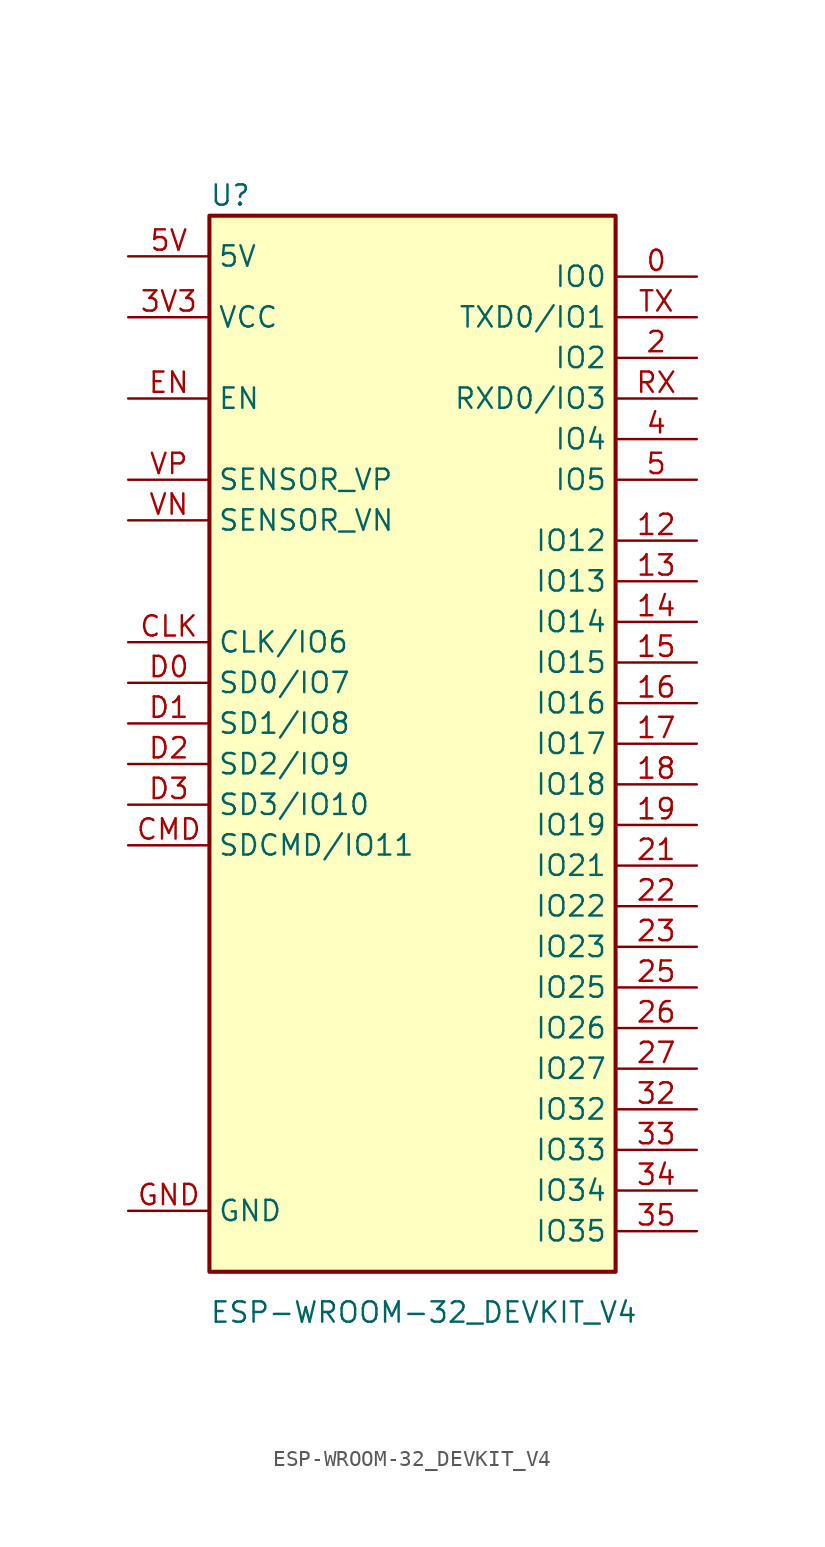
<source format=kicad_sym>
(kicad_symbol_lib
  (version 20220914)
  (generator kicad_symbol_editor)
  (symbol "ESP-WROOM-32_DEVKIT_V4"
    (property "Reference" "U"
      (at -12.7 34.29 0)
      (effects (font (size 1.27 1.27)) (justify left)))
    (property "Value" "ESP-WROOM-32_DEVKIT_V4"
      (at -12.7 -35.56 0)
      (effects (font (size 1.27 1.27)) (justify left)))
    (symbol "ESP-WROOM-32_DEVKIT_V4_0_1"
      (rectangle (start -12.7 33.02) (end 12.7 -33.02) (stroke (width 0.254) (type solid)) (fill (type background))))
    (symbol "ESP-WROOM-32_DEVKIT_V4_1_1"
      (pin bidirectional line (at 17.78 29.21 180) (length 5.08) (name "IO0" (effects (font (size 1.27 1.27)))) (number "0" (effects (font (size 1.27 1.27)))))
      (pin bidirectional line (at 17.78 12.7 180) (length 5.08) (name "IO12" (effects (font (size 1.27 1.27)))) (number "12" (effects (font (size 1.27 1.27)))))
      (pin bidirectional line (at 17.78 10.16 180) (length 5.08) (name "IO13" (effects (font (size 1.27 1.27)))) (number "13" (effects (font (size 1.27 1.27)))))
      (pin bidirectional line (at 17.78 7.62 180) (length 5.08) (name "IO14" (effects (font (size 1.27 1.27)))) (number "14" (effects (font (size 1.27 1.27)))))
      (pin bidirectional line (at 17.78 5.08 180) (length 5.08) (name "IO15" (effects (font (size 1.27 1.27)))) (number "15" (effects (font (size 1.27 1.27)))))
      (pin bidirectional line (at 17.78 2.54 180) (length 5.08) (name "IO16" (effects (font (size 1.27 1.27)))) (number "16" (effects (font (size 1.27 1.27)))))
      (pin bidirectional line (at 17.78 0 180) (length 5.08) (name "IO17" (effects (font (size 1.27 1.27)))) (number "17" (effects (font (size 1.27 1.27)))))
      (pin bidirectional line (at 17.78 -2.54 180) (length 5.08) (name "IO18" (effects (font (size 1.27 1.27)))) (number "18" (effects (font (size 1.27 1.27)))))
      (pin bidirectional line (at 17.78 -5.08 180) (length 5.08) (name "IO19" (effects (font (size 1.27 1.27)))) (number "19" (effects (font (size 1.27 1.27)))))
      (pin bidirectional line (at 17.78 24.13 180) (length 5.08) (name "IO2" (effects (font (size 1.27 1.27)))) (number "2" (effects (font (size 1.27 1.27)))))
      (pin bidirectional line (at 17.78 -7.62 180) (length 5.08) (name "IO21" (effects (font (size 1.27 1.27)))) (number "21" (effects (font (size 1.27 1.27)))))
      (pin bidirectional line (at 17.78 -10.16 180) (length 5.08) (name "IO22" (effects (font (size 1.27 1.27)))) (number "22" (effects (font (size 1.27 1.27)))))
      (pin bidirectional line (at 17.78 -12.7 180) (length 5.08) (name "IO23" (effects (font (size 1.27 1.27)))) (number "23" (effects (font (size 1.27 1.27)))))
      (pin bidirectional line (at 17.78 -15.24 180) (length 5.08) (name "IO25" (effects (font (size 1.27 1.27)))) (number "25" (effects (font (size 1.27 1.27)))))
      (pin bidirectional line (at 17.78 -17.78 180) (length 5.08) (name "IO26" (effects (font (size 1.27 1.27)))) (number "26" (effects (font (size 1.27 1.27)))))
      (pin bidirectional line (at 17.78 -20.32 180) (length 5.08) (name "IO27" (effects (font (size 1.27 1.27)))) (number "27" (effects (font (size 1.27 1.27)))))
      (pin bidirectional line (at 17.78 -22.86 180) (length 5.08) (name "IO32" (effects (font (size 1.27 1.27)))) (number "32" (effects (font (size 1.27 1.27)))))
      (pin bidirectional line (at 17.78 -25.4 180) (length 5.08) (name "IO33" (effects (font (size 1.27 1.27)))) (number "33" (effects (font (size 1.27 1.27)))))
      (pin input line (at 17.78 -27.94 180) (length 5.08) (name "IO34" (effects (font (size 1.27 1.27)))) (number "34" (effects (font (size 1.27 1.27)))))
      (pin input line (at 17.78 -30.48 180) (length 5.08) (name "IO35" (effects (font (size 1.27 1.27)))) (number "35" (effects (font (size 1.27 1.27)))))
      (pin power_in line (at -17.78 26.67 0) (length 5.08) (name "VCC" (effects (font (size 1.27 1.27)))) (number "3V3" (effects (font (size 1.27 1.27)))))
      (pin bidirectional line (at 17.78 19.05 180) (length 5.08) (name "IO4" (effects (font (size 1.27 1.27)))) (number "4" (effects (font (size 1.27 1.27)))))
      (pin bidirectional line (at 17.78 16.51 180) (length 5.08) (name "IO5" (effects (font (size 1.27 1.27)))) (number "5" (effects (font (size 1.27 1.27)))))
      (pin power_in line (at -17.78 30.48 0) (length 5.08) (name "5V" (effects (font (size 1.27 1.27)))) (number "5V" (effects (font (size 1.27 1.27)))))
      (pin bidirectional line (at -17.78 6.35 0) (length 5.08) (name "CLK/IO6" (effects (font (size 1.27 1.27)))) (number "CLK" (effects (font (size 1.27 1.27)))))
      (pin bidirectional line (at -17.78 -6.35 0) (length 5.08) (name "SDCMD/IO11" (effects (font (size 1.27 1.27)))) (number "CMD" (effects (font (size 1.27 1.27)))))
      (pin bidirectional line (at -17.78 3.81 0) (length 5.08) (name "SD0/IO7" (effects (font (size 1.27 1.27)))) (number "D0" (effects (font (size 1.27 1.27)))))
      (pin bidirectional line (at -17.78 1.27 0) (length 5.08) (name "SD1/IO8" (effects (font (size 1.27 1.27)))) (number "D1" (effects (font (size 1.27 1.27)))))
      (pin bidirectional line (at -17.78 -1.27 0) (length 5.08) (name "SD2/IO9" (effects (font (size 1.27 1.27)))) (number "D2" (effects (font (size 1.27 1.27)))))
      (pin bidirectional line (at -17.78 -3.81 0) (length 5.08) (name "SD3/IO10" (effects (font (size 1.27 1.27)))) (number "D3" (effects (font (size 1.27 1.27)))))
      (pin input line (at -17.78 21.59 0) (length 5.08) (name "EN" (effects (font (size 1.27 1.27)))) (number "EN" (effects (font (size 1.27 1.27)))))
      (pin power_in line (at -17.78 -29.21 0) (length 5.08) (name "GND" (effects (font (size 1.27 1.27)))) (number "GND" (effects (font (size 1.27 1.27)))))
      (pin bidirectional line (at 17.78 21.59 180) (length 5.08) (name "RXD0/IO3" (effects (font (size 1.27 1.27)))) (number "RX" (effects (font (size 1.27 1.27)))))
      (pin bidirectional line (at 17.78 26.67 180) (length 5.08) (name "TXD0/IO1" (effects (font (size 1.27 1.27)))) (number "TX" (effects (font (size 1.27 1.27)))))
      (pin input line (at -17.78 13.97 0) (length 5.08) (name "SENSOR_VN" (effects (font (size 1.27 1.27)))) (number "VN" (effects (font (size 1.27 1.27)))))
      (pin input line (at -17.78 16.51 0) (length 5.08) (name "SENSOR_VP" (effects (font (size 1.27 1.27)))) (number "VP" (effects (font (size 1.27 1.27))))))))
</source>
